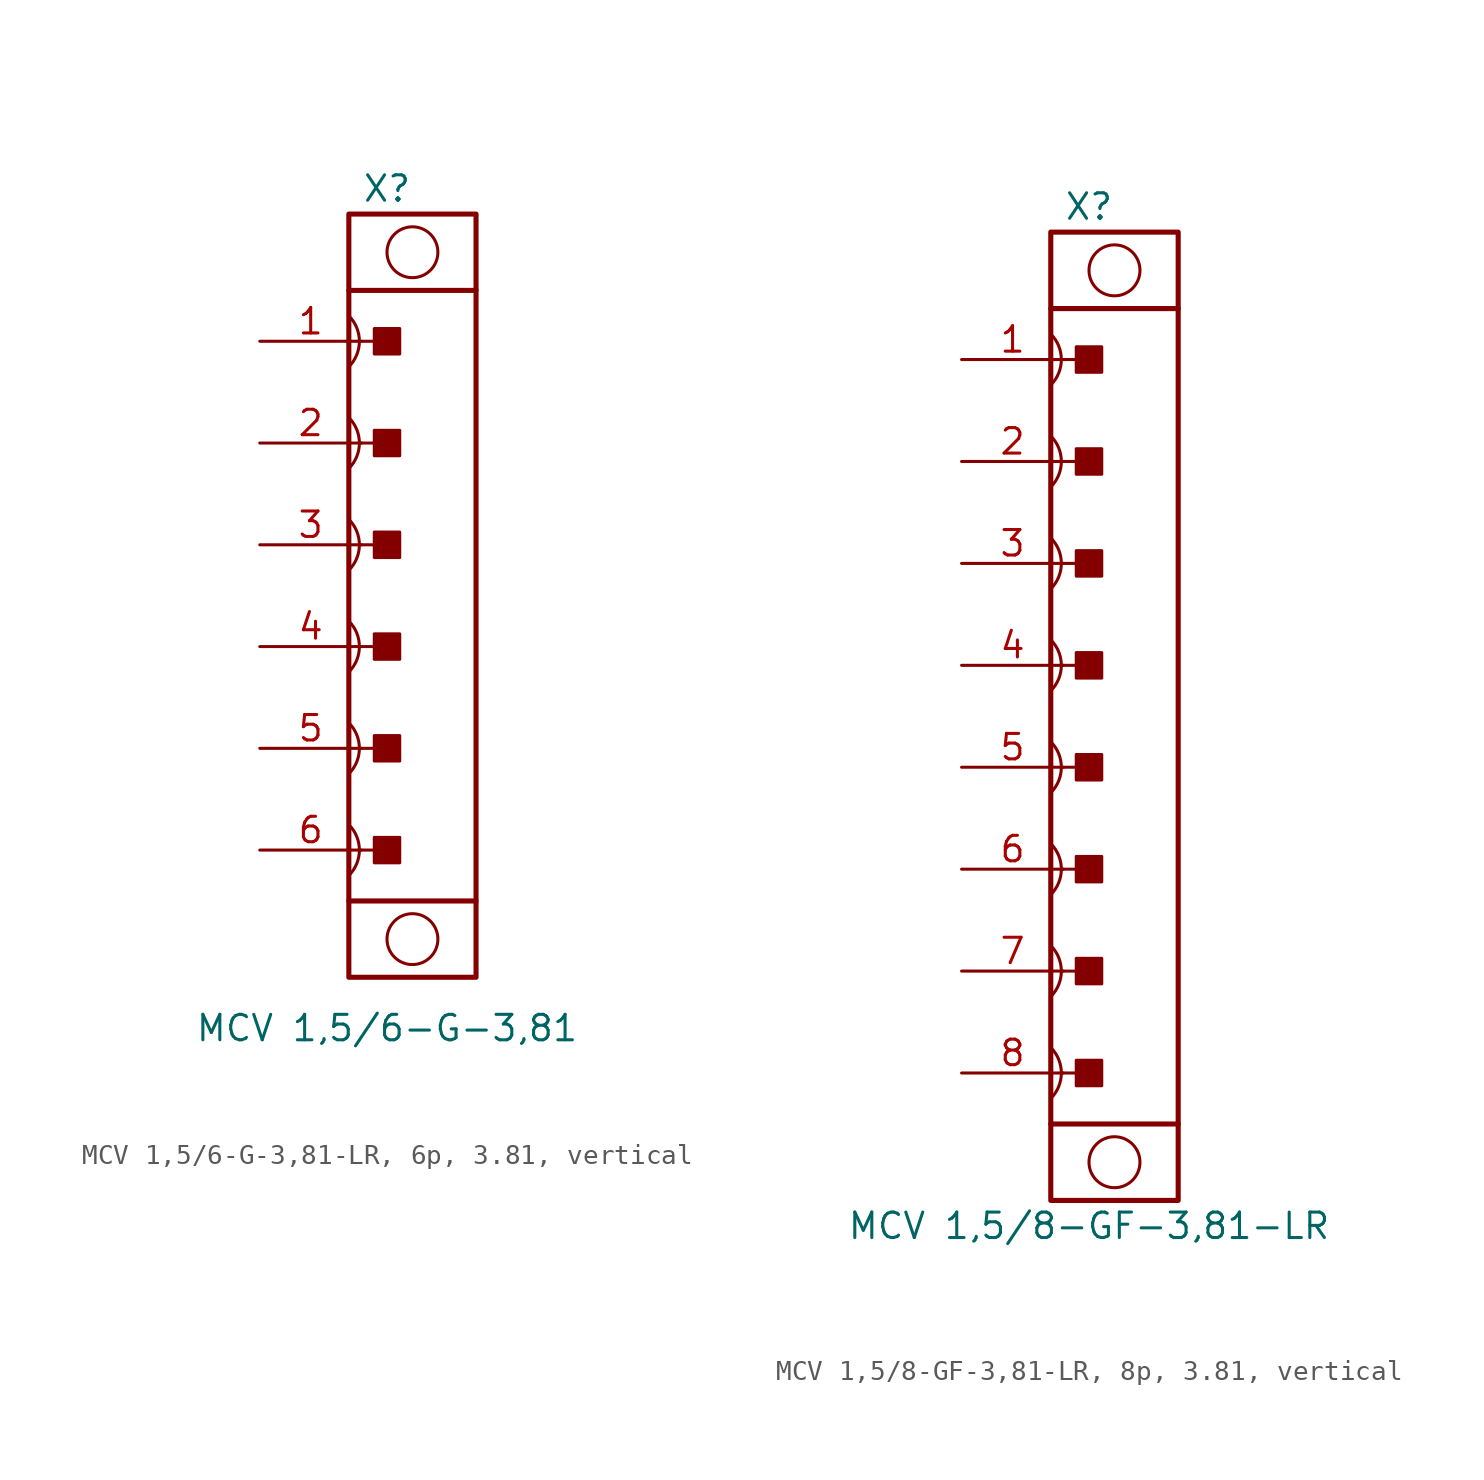
<source format=kicad_sym>
(kicad_symbol_lib
  (version 20241209)
  (generator "kicad_symbol_editor")
  (generator_version "9.0")
  (symbol "MCV 1,5/6-G-3,81-LR, 6p, 3.81, vertical"
    (pin_names
      (offset 1.016)
      (hide yes))
    (property "Reference" "X"
      (at -1.27 20.32 0)
      (effects (font (size 1.27 1.27))))
    (property "Value" "MCV 1,5/6-G-3,81"
      (at -1.27 -21.59 0)
      (effects (font (size 1.27 1.27))))
    (property "Label" ""
      (at 0 0 0)
      (effects (font (size 1.27 1.27) (thickness 0.254) (bold yes))))
    (symbol "MCV 1,5/6-G-3,81-LR, 6p, 3.81, vertical_1_0"
      (polyline (pts (xy -2.54 12.7) (xy -1.27 12.7)) (stroke (width 0.152) (type default)) (fill (type none)))
      (polyline (pts (xy -2.54 7.62) (xy -1.27 7.62)) (stroke (width 0.152) (type default)) (fill (type none)))
      (polyline (pts (xy -2.54 2.54) (xy -1.27 2.54)) (stroke (width 0.152) (type default)) (fill (type none)))
      (polyline (pts (xy -2.54 -2.54) (xy -1.27 -2.54)) (stroke (width 0.152) (type default)) (fill (type none)))
      (polyline (pts (xy -2.54 -7.62) (xy -1.27 -7.62)) (stroke (width 0.152) (type default)) (fill (type none)))
      (polyline (pts (xy -2.54 -12.7) (xy -1.27 -12.7)) (stroke (width 0.152) (type default)) (fill (type none))))
    (symbol "MCV 1,5/6-G-3,81-LR, 6p, 3.81, vertical_1_1"
      (arc (start -3.175 13.97) (mid -2.6488 12.7) (end -3.1749 11.4299) (stroke (width 0.1524) (type default)) (fill (type none)))
      (arc (start -3.175 8.89) (mid -2.6488 7.62) (end -3.1749 6.3499) (stroke (width 0.1524) (type default)) (fill (type none)))
      (arc (start -3.175 3.81) (mid -2.6488 2.54) (end -3.1749 1.2699) (stroke (width 0.1524) (type default)) (fill (type none)))
      (arc (start -3.175 -1.27) (mid -2.6488 -2.54) (end -3.1749 -3.8101) (stroke (width 0.1524) (type default)) (fill (type none)))
      (arc (start -3.175 -6.35) (mid -2.6488 -7.62) (end -3.1749 -8.8901) (stroke (width 0.1524) (type default)) (fill (type none)))
      (arc (start -3.175 -11.43) (mid -2.6488 -12.7) (end -3.1749 -13.9701) (stroke (width 0.1524) (type default)) (fill (type none)))
      (rectangle (start -3.175 15.24) (end 3.175 -15.24) (stroke (width 0.254) (type default)) (fill (type none)))
      (polyline (pts (xy -3.175 15.24) (xy -3.175 19.05) (xy 3.175 19.05) (xy 3.175 15.24)) (stroke (width 0.254) (type default)) (fill (type none)))
      (polyline (pts (xy -3.175 -15.24) (xy -3.175 -19.05) (xy 3.175 -19.05) (xy 3.175 -15.24)) (stroke (width 0.254) (type default)) (fill (type none)))
      (rectangle (start -1.905 12.065) (end -0.635 13.335) (stroke (width 0.152) (type default)) (fill (type outline)))
      (rectangle (start -1.905 6.985) (end -0.635 8.255) (stroke (width 0.152) (type default)) (fill (type outline)))
      (rectangle (start -1.905 1.905) (end -0.635 3.175) (stroke (width 0.152) (type default)) (fill (type outline)))
      (rectangle (start -1.905 -3.175) (end -0.635 -1.905) (stroke (width 0.152) (type default)) (fill (type outline)))
      (rectangle (start -1.905 -8.255) (end -0.635 -6.985) (stroke (width 0.152) (type default)) (fill (type outline)))
      (rectangle (start -1.905 -13.335) (end -0.635 -12.065) (stroke (width 0.152) (type default)) (fill (type outline)))
      (circle (center 0 17.145) (radius 1.27) (stroke (width 0.152) (type default)) (fill (type none)))
      (circle (center 0 -17.145) (radius 1.27) (stroke (width 0.152) (type default)) (fill (type none)))
      (pin passive line (at -7.62 12.7 0) (length 5.08) (name "1" (effects (font (size 1.27 1.27)))) (number "1" (effects (font (size 1.27 1.27)))))
      (pin passive line (at -7.62 7.62 0) (length 5.08) (name "2" (effects (font (size 1.27 1.27)))) (number "2" (effects (font (size 1.27 1.27)))))
      (pin passive line (at -7.62 2.54 0) (length 5.08) (name "3" (effects (font (size 1.27 1.27)))) (number "3" (effects (font (size 1.27 1.27)))))
      (pin passive line (at -7.62 -2.54 0) (length 5.08) (name "4" (effects (font (size 1.27 1.27)))) (number "4" (effects (font (size 1.27 1.27)))))
      (pin passive line (at -7.62 -7.62 0) (length 5.08) (name "4" (effects (font (size 1.27 1.27)))) (number "5" (effects (font (size 1.27 1.27)))))
      (pin passive line (at -7.62 -12.7 0) (length 5.08) (name "4" (effects (font (size 1.27 1.27)))) (number "6" (effects (font (size 1.27 1.27)))))))
  (symbol "MCV 1,5/8-GF-3,81-LR, 8p, 3.81, vertical"
    (pin_names
      (offset 1.016)
      (hide yes))
    (property "Reference" "X"
      (at -1.27 25.4 0)
      (effects (font (size 1.27 1.27))))
    (property "Value" "MCV 1,5/8-GF-3,81-LR"
      (at -1.27 -25.4 0)
      (effects (font (size 1.27 1.27))))
    (property "Label" ""
      (at 0 0 0)
      (effects (font (size 1.27 1.27) (thickness 0.254) (bold yes))))
    (symbol "MCV 1,5/8-GF-3,81-LR, 8p, 3.81, vertical_1_0"
      (polyline (pts (xy -2.54 17.78) (xy -1.27 17.78)) (stroke (width 0.152) (type default)) (fill (type none)))
      (polyline (pts (xy -2.54 12.7) (xy -1.27 12.7)) (stroke (width 0.152) (type default)) (fill (type none)))
      (polyline (pts (xy -2.54 7.62) (xy -1.27 7.62)) (stroke (width 0.152) (type default)) (fill (type none)))
      (polyline (pts (xy -2.54 2.54) (xy -1.27 2.54)) (stroke (width 0.152) (type default)) (fill (type none)))
      (polyline (pts (xy -2.54 -2.54) (xy -1.27 -2.54)) (stroke (width 0.152) (type default)) (fill (type none)))
      (polyline (pts (xy -2.54 -7.62) (xy -1.27 -7.62)) (stroke (width 0.152) (type default)) (fill (type none)))
      (polyline (pts (xy -2.54 -12.7) (xy -1.27 -12.7)) (stroke (width 0.152) (type default)) (fill (type none)))
      (polyline (pts (xy -2.54 -17.78) (xy -1.27 -17.78)) (stroke (width 0.152) (type default)) (fill (type none))))
    (symbol "MCV 1,5/8-GF-3,81-LR, 8p, 3.81, vertical_1_1"
      (arc (start -3.175 19.05) (mid -2.6488 17.78) (end -3.1749 16.5099) (stroke (width 0.1524) (type default)) (fill (type none)))
      (arc (start -3.175 13.97) (mid -2.6488 12.7) (end -3.1749 11.4299) (stroke (width 0.1524) (type default)) (fill (type none)))
      (arc (start -3.175 8.89) (mid -2.6488 7.62) (end -3.1749 6.3499) (stroke (width 0.1524) (type default)) (fill (type none)))
      (arc (start -3.175 3.81) (mid -2.6488 2.54) (end -3.1749 1.2699) (stroke (width 0.1524) (type default)) (fill (type none)))
      (arc (start -3.175 -1.27) (mid -2.6488 -2.54) (end -3.1749 -3.8101) (stroke (width 0.1524) (type default)) (fill (type none)))
      (arc (start -3.175 -6.35) (mid -2.6488 -7.62) (end -3.1749 -8.8901) (stroke (width 0.1524) (type default)) (fill (type none)))
      (arc (start -3.175 -11.43) (mid -2.6488 -12.7) (end -3.1749 -13.9701) (stroke (width 0.1524) (type default)) (fill (type none)))
      (arc (start -3.175 -16.51) (mid -2.6488 -17.78) (end -3.1749 -19.0501) (stroke (width 0.1524) (type default)) (fill (type none)))
      (rectangle (start -3.175 20.32) (end 3.175 -20.32) (stroke (width 0.254) (type default)) (fill (type none)))
      (polyline (pts (xy -3.175 20.32) (xy -3.175 24.13) (xy 3.175 24.13) (xy 3.175 20.32)) (stroke (width 0.254) (type default)) (fill (type none)))
      (polyline (pts (xy -3.175 -20.32) (xy -3.175 -24.13) (xy 3.175 -24.13) (xy 3.175 -20.32)) (stroke (width 0.254) (type default)) (fill (type none)))
      (rectangle (start -1.905 17.145) (end -0.635 18.415) (stroke (width 0.152) (type default)) (fill (type outline)))
      (rectangle (start -1.905 12.065) (end -0.635 13.335) (stroke (width 0.152) (type default)) (fill (type outline)))
      (rectangle (start -1.905 6.985) (end -0.635 8.255) (stroke (width 0.152) (type default)) (fill (type outline)))
      (rectangle (start -1.905 1.905) (end -0.635 3.175) (stroke (width 0.152) (type default)) (fill (type outline)))
      (rectangle (start -1.905 -3.175) (end -0.635 -1.905) (stroke (width 0.152) (type default)) (fill (type outline)))
      (rectangle (start -1.905 -8.255) (end -0.635 -6.985) (stroke (width 0.152) (type default)) (fill (type outline)))
      (rectangle (start -1.905 -13.335) (end -0.635 -12.065) (stroke (width 0.152) (type default)) (fill (type outline)))
      (rectangle (start -1.905 -18.415) (end -0.635 -17.145) (stroke (width 0.152) (type default)) (fill (type outline)))
      (circle (center 0 22.225) (radius 1.27) (stroke (width 0.152) (type default)) (fill (type none)))
      (circle (center 0 -22.225) (radius 1.27) (stroke (width 0.152) (type default)) (fill (type none)))
      (pin passive line (at -7.62 17.78 0) (length 5.08) (name "1" (effects (font (size 1.27 1.27)))) (number "1" (effects (font (size 1.27 1.27)))))
      (pin passive line (at -7.62 12.7 0) (length 5.08) (name "2" (effects (font (size 1.27 1.27)))) (number "2" (effects (font (size 1.27 1.27)))))
      (pin passive line (at -7.62 7.62 0) (length 5.08) (name "3" (effects (font (size 1.27 1.27)))) (number "3" (effects (font (size 1.27 1.27)))))
      (pin passive line (at -7.62 2.54 0) (length 5.08) (name "4" (effects (font (size 1.27 1.27)))) (number "4" (effects (font (size 1.27 1.27)))))
      (pin passive line (at -7.62 -2.54 0) (length 5.08) (name "5" (effects (font (size 1.27 1.27)))) (number "5" (effects (font (size 1.27 1.27)))))
      (pin passive line (at -7.62 -7.62 0) (length 5.08) (name "6" (effects (font (size 1.27 1.27)))) (number "6" (effects (font (size 1.27 1.27)))))
      (pin passive line (at -7.62 -12.7 0) (length 5.08) (name "7" (effects (font (size 1.27 1.27)))) (number "7" (effects (font (size 1.27 1.27)))))
      (pin passive line (at -7.62 -17.78 0) (length 5.08) (name "8" (effects (font (size 1.27 1.27)))) (number "8" (effects (font (size 1.27 1.27))))))))
</source>
